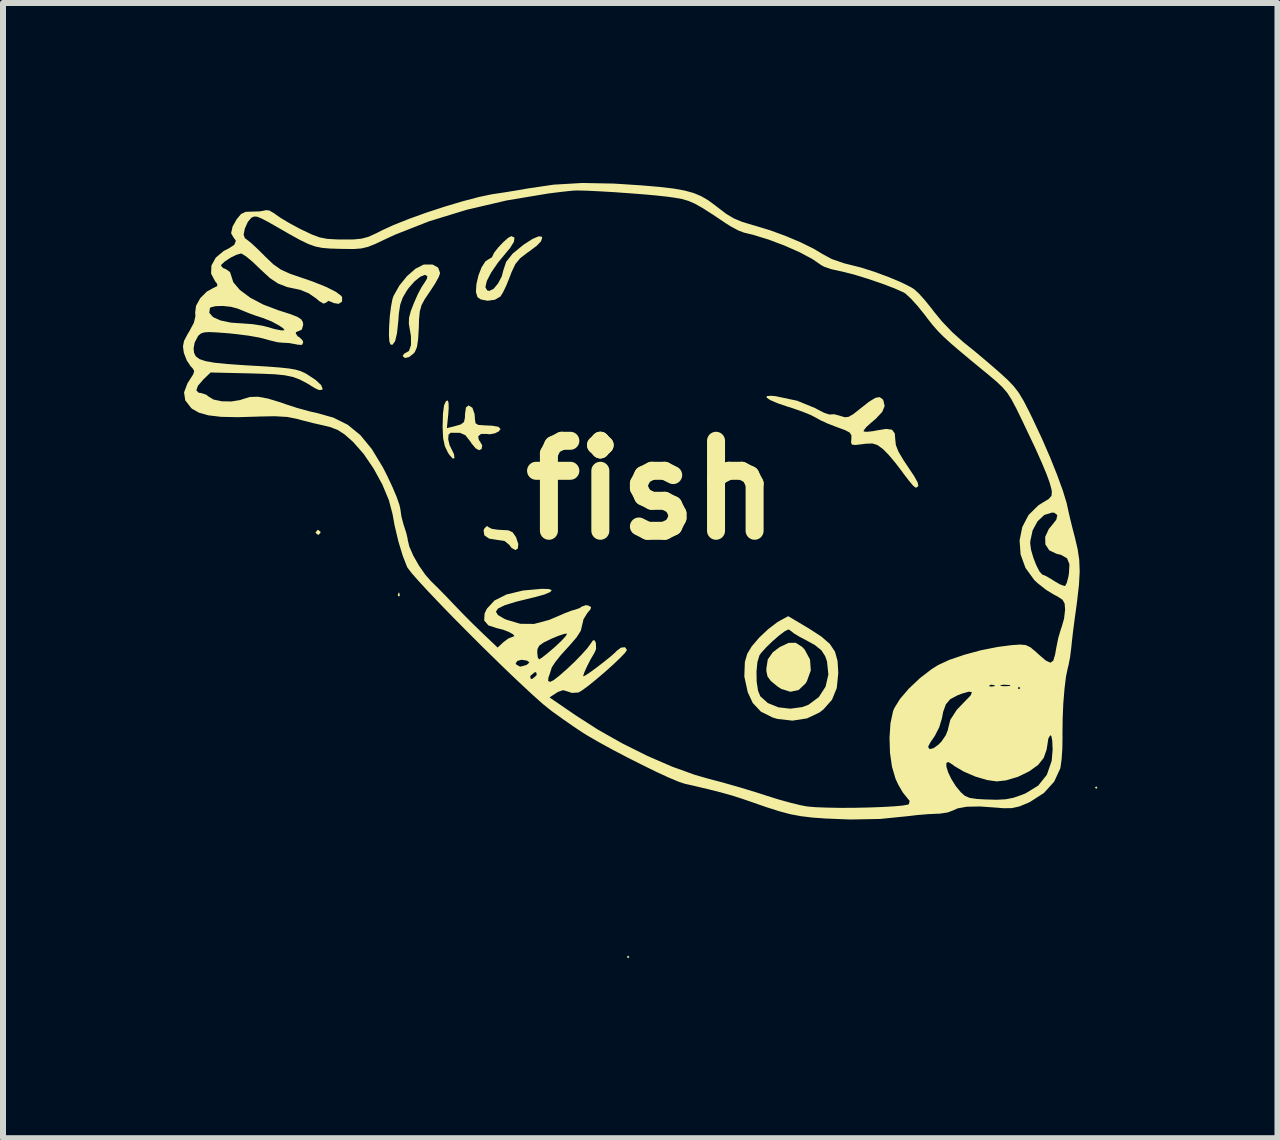
<source format=kicad_pcb>
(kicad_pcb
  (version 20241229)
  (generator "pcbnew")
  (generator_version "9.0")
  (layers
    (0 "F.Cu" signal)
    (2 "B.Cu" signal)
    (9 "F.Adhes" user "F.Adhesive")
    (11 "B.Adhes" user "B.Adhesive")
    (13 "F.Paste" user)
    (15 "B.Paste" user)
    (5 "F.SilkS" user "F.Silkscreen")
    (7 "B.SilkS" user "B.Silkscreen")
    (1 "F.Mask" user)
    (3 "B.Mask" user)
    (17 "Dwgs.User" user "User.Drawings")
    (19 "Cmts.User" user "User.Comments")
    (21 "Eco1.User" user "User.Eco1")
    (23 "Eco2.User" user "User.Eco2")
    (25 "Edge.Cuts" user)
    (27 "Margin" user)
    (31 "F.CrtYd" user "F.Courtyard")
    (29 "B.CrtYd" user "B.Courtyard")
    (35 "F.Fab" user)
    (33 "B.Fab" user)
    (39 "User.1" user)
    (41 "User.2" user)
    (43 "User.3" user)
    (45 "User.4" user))
  (footprint "fish"
    (layer "F.Cu")
    (at 7.814 5.119)
    (property "Reference" "fish" (at 0 0 0) (layer "F.SilkS") (effects (font (size 1.5 1.5) (thickness 0.3))))
    (attr board_only exclude_from_pos_files exclude_from_bom)
    (fp_poly (pts (xy -0.374 7.782) (xy -0.394 7.803) (xy -0.415 7.782) (xy -0.394 7.761)) (stroke (width 0) (type solid)) (fill yes) (layer "F.SilkS"))
    (fp_poly (pts (xy 7.429 4.96) (xy 7.408 4.98) (xy 7.388 4.96) (xy 7.408 4.939)) (stroke (width 0) (type solid)) (fill yes) (layer "F.SilkS"))
    (fp_poly (pts (xy -4.206 1.715) (xy -4.201 1.765) (xy -4.206 1.771) (xy -4.23 1.765) (xy -4.233 1.743) (xy -4.218 1.709)) (stroke (width 0) (type solid)) (fill yes) (layer "F.SilkS"))
    (fp_poly (pts (xy -5.521 0.696) (xy -5.52 0.706) (xy -5.552 0.746) (xy -5.561 0.747) (xy -5.602 0.715) (xy -5.603 0.706) (xy -5.571 0.665) (xy -5.561 0.664)) (stroke (width 0) (type solid)) (fill yes) (layer "F.SilkS"))
    (fp_poly (pts (xy 2.507 2.614) (xy 2.549 2.659) (xy 2.638 2.825) (xy 2.651 3.006) (xy 2.585 3.189) (xy 2.563 3.224) (xy 2.449 3.332) (xy 2.311 3.362) (xy 2.159 3.315) (xy 2.091 3.27) (xy 1.984 3.181) (xy 1.93 3.108) (xy 1.911 3.023) (xy 1.91 2.975) (xy 1.934 2.823) (xy 2.018 2.703) (xy 2.131 2.618) (xy 2.28 2.547) (xy 2.399 2.545)) (stroke (width 0) (type solid)) (fill yes) (layer "F.SilkS"))
    (fp_poly (pts (xy -2.722 0.617) (xy -2.666 0.646) (xy -2.559 0.662) (xy -2.51 0.664) (xy -2.389 0.671) (xy -2.319 0.704) (xy -2.267 0.778) (xy -2.261 0.79) (xy -2.224 0.9) (xy -2.233 0.975) (xy -2.275 1) (xy -2.338 0.963) (xy -2.375 0.913) (xy -2.454 0.848) (xy -2.578 0.83) (xy -2.712 0.809) (xy -2.791 0.753) (xy -2.803 0.672) (xy -2.79 0.64) (xy -2.747 0.598)) (stroke (width 0) (type solid)) (fill yes) (layer "F.SilkS"))
    (fp_poly (pts (xy -2.288 -4.208) (xy -2.298 -4.137) (xy -2.365 -4.03) (xy -2.408 -3.98) (xy -2.564 -3.791) (xy -2.679 -3.623) (xy -2.75 -3.484) (xy -2.773 -3.382) (xy -2.743 -3.328) (xy -2.707 -3.32) (xy -2.635 -3.356) (xy -2.561 -3.446) (xy -2.5 -3.563) (xy -2.472 -3.67) (xy -2.427 -3.805) (xy -2.318 -3.942) (xy -2.137 -4.09) (xy -2.133 -4.093) (xy -1.988 -4.186) (xy -1.885 -4.23) (xy -1.832 -4.223) (xy -1.827 -4.202) (xy -1.847 -4.145) (xy -1.914 -4.075) (xy -2.04 -3.98) (xy -2.079 -3.953) (xy -2.195 -3.863) (xy -2.274 -3.766) (xy -2.338 -3.63) (xy -2.364 -3.561) (xy -2.422 -3.415) (xy -2.481 -3.292) (xy -2.522 -3.227) (xy -2.614 -3.173) (xy -2.737 -3.156) (xy -2.851 -3.178) (xy -2.905 -3.216) (xy -2.931 -3.302) (xy -2.923 -3.432) (xy -2.889 -3.578) (xy -2.836 -3.714) (xy -2.773 -3.812) (xy -2.729 -3.842) (xy -2.668 -3.877) (xy -2.656 -3.897) (xy -2.628 -3.956) (xy -2.56 -4.043) (xy -2.474 -4.134) (xy -2.393 -4.205) (xy -2.34 -4.233)) (stroke (width 0) (type solid)) (fill yes) (layer "F.SilkS"))
    (fp_poly (pts (xy -3.387 -1.457) (xy -3.385 -1.361) (xy -3.392 -1.264) (xy -3.415 -1.033) (xy -3.295 -1.062) (xy -3.183 -1.094) (xy -3.13 -1.134) (xy -3.114 -1.208) (xy -3.113 -1.268) (xy -3.097 -1.377) (xy -3.055 -1.411) (xy -2.99 -1.373) (xy -2.953 -1.267) (xy -2.947 -1.179) (xy -2.937 -1.114) (xy -2.892 -1.086) (xy -2.788 -1.079) (xy -2.784 -1.079) (xy -2.661 -1.073) (xy -2.565 -1.057) (xy -2.554 -1.053) (xy -2.521 -1.019) (xy -2.548 -0.979) (xy -2.614 -0.946) (xy -2.699 -0.93) (xy -2.754 -0.936) (xy -2.845 -0.936) (xy -2.893 -0.896) (xy -2.882 -0.834) (xy -2.868 -0.818) (xy -2.826 -0.745) (xy -2.836 -0.684) (xy -2.88 -0.664) (xy -2.937 -0.697) (xy -3.005 -0.779) (xy -3.024 -0.809) (xy -3.107 -0.915) (xy -3.196 -0.954) (xy -3.215 -0.955) (xy -3.307 -0.955) (xy -3.351 -0.956) (xy -3.387 -0.925) (xy -3.393 -0.847) (xy -3.37 -0.749) (xy -3.34 -0.689) (xy -3.296 -0.597) (xy -3.289 -0.53) (xy -3.319 -0.526) (xy -3.373 -0.587) (xy -3.397 -0.623) (xy -3.449 -0.732) (xy -3.477 -0.861) (xy -3.486 -1.039) (xy -3.486 -1.065) (xy -3.48 -1.277) (xy -3.462 -1.414) (xy -3.43 -1.483) (xy -3.402 -1.494)) (stroke (width 0) (type solid)) (fill yes) (layer "F.SilkS"))
    (fp_poly (pts (xy 2.621 2.308) (xy 2.828 2.442) (xy 2.968 2.564) (xy 3.054 2.693) (xy 3.097 2.847) (xy 3.109 3.044) (xy 3.109 3.05) (xy 3.084 3.3) (xy 3.004 3.496) (xy 2.861 3.657) (xy 2.794 3.708) (xy 2.587 3.806) (xy 2.346 3.843) (xy 2.096 3.815) (xy 2.015 3.791) (xy 1.819 3.693) (xy 1.683 3.548) (xy 1.6 3.37) (xy 1.543 3.108) (xy 1.546 3.025) (xy 1.746 3.025) (xy 1.749 3.195) (xy 1.772 3.345) (xy 1.809 3.437) (xy 1.935 3.55) (xy 2.11 3.621) (xy 2.31 3.644) (xy 2.51 3.617) (xy 2.613 3.578) (xy 2.784 3.451) (xy 2.897 3.277) (xy 2.944 3.073) (xy 2.921 2.855) (xy 2.891 2.769) (xy 2.828 2.671) (xy 2.717 2.582) (xy 2.59 2.512) (xy 2.463 2.445) (xy 2.369 2.388) (xy 2.331 2.357) (xy 2.284 2.325) (xy 2.275 2.324) (xy 2.219 2.352) (xy 2.125 2.422) (xy 2.016 2.517) (xy 1.91 2.619) (xy 1.827 2.71) (xy 1.796 2.753) (xy 1.761 2.867) (xy 1.746 3.025) (xy 1.546 3.025) (xy 1.552 2.864) (xy 1.592 2.728) (xy 1.668 2.603) (xy 1.792 2.458) (xy 1.941 2.318) (xy 2.09 2.204) (xy 2.141 2.174) (xy 2.275 2.102)) (stroke (width 0) (type solid)) (fill yes) (layer "F.SilkS"))
    (fp_poly (pts (xy -3.561 -3.709) (xy -3.528 -3.618) (xy -3.55 -3.553) (xy -3.61 -3.444) (xy -3.694 -3.315) (xy -3.701 -3.305) (xy -3.786 -3.179) (xy -3.838 -3.081) (xy -3.866 -2.98) (xy -3.879 -2.849) (xy -3.883 -2.71) (xy -3.894 -2.516) (xy -3.913 -2.387) (xy -3.947 -2.305) (xy -3.966 -2.28) (xy -4.043 -2.219) (xy -4.113 -2.201) (xy -4.149 -2.23) (xy -4.15 -2.241) (xy -4.12 -2.281) (xy -4.11 -2.283) (xy -4.047 -2.319) (xy -4.013 -2.418) (xy -4.014 -2.564) (xy -4.028 -2.649) (xy -4.049 -2.77) (xy -4.046 -2.871) (xy -4.016 -2.985) (xy -3.966 -3.115) (xy -3.902 -3.26) (xy -3.838 -3.382) (xy -3.793 -3.449) (xy -3.747 -3.523) (xy -3.741 -3.566) (xy -3.782 -3.588) (xy -3.858 -3.556) (xy -3.952 -3.481) (xy -4.048 -3.373) (xy -4.083 -3.324) (xy -4.151 -3.208) (xy -4.193 -3.091) (xy -4.216 -2.94) (xy -4.224 -2.827) (xy -4.246 -2.617) (xy -4.278 -2.481) (xy -4.322 -2.422) (xy -4.355 -2.426) (xy -4.374 -2.479) (xy -4.381 -2.591) (xy -4.377 -2.74) (xy -4.366 -2.904) (xy -4.346 -3.06) (xy -4.322 -3.186) (xy -4.304 -3.237) (xy -4.207 -3.409) (xy -4.08 -3.566) (xy -3.941 -3.688) (xy -3.811 -3.755) (xy -3.793 -3.76) (xy -3.655 -3.76)) (stroke (width 0) (type solid)) (fill yes) (layer "F.SilkS"))
    (fp_poly (pts (xy 2.065 -1.565) (xy 2.424 -1.489) (xy 2.725 -1.366) (xy 2.764 -1.344) (xy 2.874 -1.288) (xy 2.957 -1.26) (xy 2.981 -1.261) (xy 3.042 -1.264) (xy 3.139 -1.238) (xy 3.144 -1.236) (xy 3.218 -1.214) (xy 3.282 -1.221) (xy 3.359 -1.266) (xy 3.472 -1.355) (xy 3.623 -1.474) (xy 3.727 -1.537) (xy 3.797 -1.55) (xy 3.846 -1.517) (xy 3.861 -1.493) (xy 3.882 -1.401) (xy 3.842 -1.304) (xy 3.735 -1.189) (xy 3.664 -1.129) (xy 3.578 -1.052) (xy 3.533 -0.994) (xy 3.533 -0.977) (xy 3.585 -0.971) (xy 3.688 -0.982) (xy 3.748 -0.994) (xy 3.908 -1.02) (xy 4.005 -1.006) (xy 4.051 -0.945) (xy 4.059 -0.844) (xy 4.069 -0.75) (xy 4.113 -0.639) (xy 4.198 -0.496) (xy 4.265 -0.396) (xy 4.373 -0.234) (xy 4.432 -0.128) (xy 4.444 -0.067) (xy 4.414 -0.043) (xy 4.395 -0.042) (xy 4.357 -0.073) (xy 4.286 -0.157) (xy 4.195 -0.276) (xy 4.171 -0.31) (xy 4.06 -0.455) (xy 3.948 -0.588) (xy 3.857 -0.681) (xy 3.851 -0.686) (xy 3.761 -0.751) (xy 3.677 -0.777) (xy 3.561 -0.772) (xy 3.518 -0.766) (xy 3.397 -0.752) (xy 3.338 -0.757) (xy 3.322 -0.792) (xy 3.327 -0.85) (xy 3.328 -0.913) (xy 3.3 -0.958) (xy 3.226 -0.998) (xy 3.092 -1.047) (xy 2.941 -1.105) (xy 2.808 -1.166) (xy 2.739 -1.205) (xy 2.653 -1.25) (xy 2.512 -1.307) (xy 2.341 -1.367) (xy 2.272 -1.388) (xy 2.096 -1.448) (xy 1.975 -1.5) (xy 1.914 -1.542) (xy 1.918 -1.567) (xy 1.992 -1.572)) (stroke (width 0) (type solid)) (fill yes) (layer "F.SilkS"))
    (fp_poly (pts (xy -0.636 -5.109) (xy -0.519 -5.102) (xy -0.158 -5.078) (xy 0.133 -5.053) (xy 0.364 -5.026) (xy 0.548 -4.993) (xy 0.697 -4.952) (xy 0.824 -4.899) (xy 0.939 -4.832) (xy 1.055 -4.747) (xy 1.1 -4.712) (xy 1.242 -4.604) (xy 1.367 -4.529) (xy 1.506 -4.471) (xy 1.691 -4.415) (xy 1.735 -4.403) (xy 1.978 -4.329) (xy 2.236 -4.234) (xy 2.484 -4.129) (xy 2.697 -4.024) (xy 2.844 -3.936) (xy 3.001 -3.851) (xy 3.203 -3.781) (xy 3.295 -3.758) (xy 3.494 -3.708) (xy 3.719 -3.636) (xy 3.948 -3.551) (xy 4.156 -3.464) (xy 4.318 -3.383) (xy 4.372 -3.35) (xy 4.451 -3.278) (xy 4.557 -3.16) (xy 4.671 -3.018) (xy 4.698 -2.981) (xy 4.837 -2.812) (xy 5.009 -2.632) (xy 5.182 -2.477) (xy 5.203 -2.459) (xy 5.378 -2.318) (xy 5.577 -2.151) (xy 5.764 -1.99) (xy 5.804 -1.954) (xy 5.935 -1.835) (xy 6.034 -1.731) (xy 6.117 -1.623) (xy 6.197 -1.49) (xy 6.289 -1.312) (xy 6.351 -1.184) (xy 6.503 -0.86) (xy 6.641 -0.543) (xy 6.759 -0.248) (xy 6.853 0.011) (xy 6.916 0.217) (xy 6.932 0.291) (xy 6.962 0.426) (xy 7.005 0.604) (xy 7.052 0.785) (xy 7.053 0.789) (xy 7.099 0.984) (xy 7.126 1.166) (xy 7.133 1.357) (xy 7.121 1.578) (xy 7.09 1.85) (xy 7.074 1.971) (xy 7.045 2.182) (xy 7.019 2.385) (xy 7 2.554) (xy 6.992 2.633) (xy 6.973 2.785) (xy 6.946 2.924) (xy 6.935 2.965) (xy 6.905 3.107) (xy 6.88 3.311) (xy 6.86 3.554) (xy 6.849 3.816) (xy 6.846 4.074) (xy 6.847 4.115) (xy 6.844 4.305) (xy 6.832 4.485) (xy 6.813 4.622) (xy 6.807 4.645) (xy 6.708 4.86) (xy 6.537 5.049) (xy 6.304 5.199) (xy 6.272 5.214) (xy 6.126 5.274) (xy 6.004 5.301) (xy 5.865 5.303) (xy 5.769 5.295) (xy 5.473 5.274) (xy 5.251 5.278) (xy 5.097 5.306) (xy 5.034 5.335) (xy 4.936 5.373) (xy 4.8 5.394) (xy 4.751 5.395) (xy 4.605 5.402) (xy 4.422 5.417) (xy 4.283 5.434) (xy 3.806 5.482) (xy 3.306 5.491) (xy 2.905 5.475) (xy 2.679 5.459) (xy 2.488 5.436) (xy 2.311 5.403) (xy 2.123 5.353) (xy 1.901 5.282) (xy 1.657 5.197) (xy 1.49 5.14) (xy 1.329 5.089) (xy 1.154 5.04) (xy 0.945 4.987) (xy 0.683 4.925) (xy 0.542 4.893) (xy 0.439 4.858) (xy 0.278 4.79) (xy 0.074 4.696) (xy -0.156 4.583) (xy -0.4 4.46) (xy -0.641 4.334) (xy -0.864 4.212) (xy -1.055 4.102) (xy -1.142 4.049) (xy -1.295 3.947) (xy -1.48 3.819) (xy -1.662 3.688) (xy -1.701 3.658) (xy -1.816 3.565) (xy -1.972 3.426) (xy -2.161 3.251) (xy -2.31 3.11) (xy -2.026 3.11) (xy -2.015 3.149) (xy -1.99 3.146) (xy -1.927 3.094) (xy -1.917 3.074) (xy -1.928 3.035) (xy -1.953 3.038) (xy -2.016 3.09) (xy -2.026 3.11) (xy -2.31 3.11) (xy -2.375 3.048) (xy -2.54 2.889) (xy -2.268 2.889) (xy -2.262 2.905) (xy -2.195 2.944) (xy -2.096 2.918) (xy -2.076 2.907) (xy -2.039 2.872) (xy -2.078 2.844) (xy -2.087 2.841) (xy -2.171 2.829) (xy -2.241 2.848) (xy -2.268 2.889) (xy -2.54 2.889) (xy -2.606 2.824) (xy -2.729 2.704) (xy -1.909 2.704) (xy -1.9 2.788) (xy -1.878 2.822) (xy -1.834 2.796) (xy -1.747 2.728) (xy -1.634 2.632) (xy -1.619 2.619) (xy -1.511 2.518) (xy -1.438 2.439) (xy -1.411 2.395) (xy -1.412 2.393) (xy -1.458 2.397) (xy -1.557 2.43) (xy -1.672 2.478) (xy -1.804 2.542) (xy -1.876 2.594) (xy -1.905 2.651) (xy -1.909 2.704) (xy -2.729 2.704) (xy -2.846 2.589) (xy -3.086 2.349) (xy -3.318 2.115) (xy -3.533 1.893) (xy -3.724 1.692) (xy -3.882 1.521) (xy -4 1.387) (xy -4.067 1.3) (xy -4.078 1.282) (xy -4.152 1.092) (xy -4.225 0.85) (xy -4.287 0.587) (xy -4.321 0.4) (xy -4.382 0.168) (xy -4.491 -0.093) (xy -4.636 -0.358) (xy -4.802 -0.602) (xy -4.975 -0.799) (xy -4.98 -0.804) (xy -5.119 -0.927) (xy -5.236 -1.003) (xy -5.363 -1.051) (xy -5.458 -1.074) (xy -5.638 -1.115) (xy -5.824 -1.162) (xy -5.914 -1.187) (xy -6.077 -1.219) (xy -6.284 -1.231) (xy -6.553 -1.226) (xy -6.558 -1.225) (xy -6.905 -1.215) (xy -7.179 -1.221) (xy -7.391 -1.246) (xy -7.548 -1.29) (xy -7.661 -1.354) (xy -7.68 -1.371) (xy -7.776 -1.496) (xy -7.796 -1.628) (xy -7.74 -1.778) (xy -7.703 -1.836) (xy -7.643 -1.93) (xy -7.627 -1.985) (xy -7.654 -2.031) (xy -7.686 -2.064) (xy -7.751 -2.161) (xy -7.799 -2.286) (xy -7.801 -2.296) (xy -7.81 -2.362) (xy -7.637 -2.362) (xy -7.629 -2.287) (xy -7.599 -2.228) (xy -7.538 -2.183) (xy -7.436 -2.149) (xy -7.283 -2.122) (xy -7.069 -2.101) (xy -6.785 -2.081) (xy -6.682 -2.075) (xy -6.407 -2.059) (xy -6.201 -2.043) (xy -6.049 -2.027) (xy -5.939 -2.008) (xy -5.856 -1.984) (xy -5.786 -1.953) (xy -5.747 -1.931) (xy -5.6 -1.834) (xy -5.511 -1.75) (xy -5.486 -1.687) (xy -5.495 -1.671) (xy -5.548 -1.668) (xy -5.608 -1.695) (xy -5.749 -1.781) (xy -5.868 -1.843) (xy -5.984 -1.886) (xy -6.114 -1.913) (xy -6.277 -1.93) (xy -6.491 -1.939) (xy -6.696 -1.945) (xy -7.353 -1.96) (xy -7.474 -1.844) (xy -7.565 -1.738) (xy -7.591 -1.662) (xy -7.552 -1.622) (xy -7.517 -1.619) (xy -7.426 -1.59) (xy -7.392 -1.562) (xy -7.305 -1.509) (xy -7.167 -1.48) (xy -7.008 -1.477) (xy -6.86 -1.501) (xy -6.818 -1.516) (xy -6.697 -1.552) (xy -6.563 -1.556) (xy -6.399 -1.526) (xy -6.185 -1.461) (xy -6.101 -1.431) (xy -5.914 -1.37) (xy -5.711 -1.314) (xy -5.582 -1.285) (xy -5.305 -1.207) (xy -5.067 -1.088) (xy -4.858 -0.917) (xy -4.667 -0.685) (xy -4.484 -0.383) (xy -4.41 -0.238) (xy -4.323 -0.053) (xy -4.252 0.115) (xy -4.206 0.247) (xy -4.19 0.319) (xy -4.174 0.435) (xy -4.138 0.573) (xy -4.128 0.602) (xy -4.09 0.721) (xy -4.069 0.813) (xy -4.068 0.83) (xy -4.041 0.942) (xy -3.975 1.093) (xy -3.882 1.256) (xy -3.776 1.409) (xy -3.682 1.516) (xy -3.56 1.636) (xy -3.416 1.783) (xy -3.295 1.91) (xy -3.156 2.055) (xy -2.99 2.222) (xy -2.832 2.375) (xy -2.826 2.381) (xy -2.569 2.625) (xy -2.475 2.537) (xy -2.39 2.473) (xy -2.322 2.447) (xy -2.288 2.434) (xy -2.315 2.402) (xy -2.386 2.363) (xy -2.482 2.326) (xy -2.578 2.303) (xy -2.724 2.255) (xy -2.793 2.174) (xy -2.787 2.059) (xy -2.75 1.98) (xy -2.622 1.841) (xy -2.421 1.74) (xy -2.146 1.674) (xy -1.837 1.646) (xy -1.714 1.649) (xy -1.667 1.668) (xy -1.693 1.7) (xy -1.787 1.74) (xy -1.945 1.784) (xy -2.005 1.798) (xy -2.269 1.863) (xy -2.454 1.921) (xy -2.563 1.975) (xy -2.598 2.028) (xy -2.563 2.083) (xy -2.462 2.143) (xy -2.424 2.16) (xy -2.192 2.229) (xy -1.961 2.231) (xy -1.711 2.164) (xy -1.598 2.117) (xy -1.456 2.055) (xy -1.341 2.011) (xy -1.275 1.992) (xy -1.273 1.992) (xy -1.198 1.965) (xy -1.173 1.945) (xy -1.099 1.918) (xy -1.055 1.925) (xy -1.011 1.951) (xy -1.022 1.989) (xy -1.073 2.048) (xy -1.138 2.154) (xy -1.162 2.258) (xy -1.183 2.345) (xy -1.253 2.455) (xy -1.379 2.601) (xy -1.405 2.629) (xy -1.52 2.756) (xy -1.611 2.871) (xy -1.664 2.952) (xy -1.67 2.967) (xy -1.704 3.076) (xy -1.722 3.123) (xy -1.727 3.184) (xy -1.691 3.196) (xy -1.635 3.168) (xy -1.539 3.093) (xy -1.419 2.988) (xy -1.291 2.867) (xy -1.171 2.744) (xy -1.074 2.636) (xy -1.028 2.573) (xy -0.98 2.505) (xy -0.952 2.504) (xy -0.931 2.548) (xy -0.928 2.65) (xy -0.956 2.714) (xy -1.018 2.819) (xy -1.077 2.935) (xy -1.123 3.036) (xy -1.143 3.097) (xy -1.142 3.105) (xy -1.105 3.089) (xy -1.023 3.034) (xy -0.914 2.954) (xy -0.796 2.863) (xy -0.688 2.776) (xy -0.608 2.705) (xy -0.583 2.679) (xy -0.513 2.626) (xy -0.447 2.619) (xy -0.415 2.661) (xy -0.415 2.667) (xy -0.445 2.713) (xy -0.526 2.797) (xy -0.641 2.907) (xy -0.777 3.029) (xy -0.919 3.15) (xy -1.05 3.257) (xy -1.157 3.336) (xy -1.221 3.374) (xy -1.332 3.381) (xy -1.394 3.36) (xy -1.477 3.335) (xy -1.562 3.364) (xy -1.594 3.384) (xy -1.704 3.456) (xy -1.268 3.755) (xy -0.894 3.995) (xy -0.488 4.224) (xy -0.071 4.432) (xy 0.337 4.609) (xy 0.717 4.746) (xy 0.935 4.809) (xy 1.189 4.876) (xy 1.473 4.957) (xy 1.743 5.039) (xy 1.888 5.086) (xy 2.1 5.153) (xy 2.312 5.212) (xy 2.495 5.256) (xy 2.594 5.274) (xy 2.733 5.286) (xy 2.921 5.293) (xy 3.14 5.297) (xy 3.377 5.296) (xy 3.614 5.291) (xy 3.838 5.283) (xy 4.032 5.272) (xy 4.181 5.259) (xy 4.27 5.243) (xy 4.285 5.236) (xy 4.299 5.182) (xy 4.246 5.117) (xy 4.183 5.038) (xy 4.111 4.914) (xy 4.064 4.814) (xy 4.006 4.618) (xy 4.004 4.61) (xy 4.911 4.61) (xy 4.94 4.704) (xy 4.994 4.816) (xy 5.068 4.935) (xy 5.151 5.036) (xy 5.217 5.095) (xy 5.296 5.13) (xy 5.414 5.148) (xy 5.541 5.156) (xy 5.746 5.162) (xy 5.9 5.154) (xy 6.032 5.128) (xy 6.172 5.079) (xy 6.235 5.053) (xy 6.442 4.926) (xy 6.586 4.745) (xy 6.666 4.514) (xy 6.682 4.328) (xy 6.676 4.179) (xy 6.66 4.098) (xy 6.641 4.088) (xy 6.609 4.145) (xy 6.599 4.219) (xy 6.581 4.329) (xy 6.537 4.454) (xy 6.532 4.466) (xy 6.44 4.582) (xy 6.289 4.69) (xy 6.103 4.78) (xy 5.905 4.839) (xy 5.75 4.856) (xy 5.588 4.833) (xy 5.393 4.775) (xy 5.2 4.692) (xy 5.044 4.6) (xy 5.014 4.576) (xy 4.944 4.533) (xy 4.911 4.548) (xy 4.911 4.61) (xy 4.004 4.61) (xy 3.971 4.38) (xy 3.968 4.283) (xy 4.607 4.283) (xy 4.632 4.318) (xy 4.697 4.302) (xy 4.78 4.242) (xy 4.831 4.189) (xy 4.901 4.086) (xy 4.937 3.995) (xy 4.939 3.979) (xy 4.976 3.83) (xy 5.084 3.663) (xy 5.227 3.514) (xy 5.317 3.421) (xy 5.336 3.369) (xy 5.286 3.36) (xy 5.167 3.394) (xy 5.091 3.424) (xy 4.975 3.486) (xy 4.903 3.57) (xy 4.857 3.698) (xy 4.837 3.804) (xy 4.792 3.954) (xy 4.719 4.096) (xy 4.708 4.113) (xy 4.644 4.206) (xy 4.609 4.273) (xy 4.607 4.283) (xy 3.968 4.283) (xy 3.963 4.126) (xy 3.979 3.886) (xy 4.022 3.687) (xy 4.042 3.636) (xy 4.139 3.48) (xy 4.288 3.306) (xy 4.296 3.3) (xy 6.101 3.3) (xy 6.122 3.32) (xy 6.142 3.3) (xy 6.122 3.279) (xy 6.101 3.3) (xy 4.296 3.3) (xy 4.328 3.269) (xy 5.621 3.269) (xy 5.662 3.275) (xy 5.716 3.268) (xy 5.716 3.262) (xy 5.808 3.262) (xy 5.865 3.269) (xy 5.893 3.269) (xy 5.969 3.265) (xy 5.978 3.254) (xy 5.966 3.25) (xy 5.861 3.244) (xy 5.821 3.25) (xy 5.808 3.262) (xy 5.716 3.262) (xy 5.716 3.254) (xy 5.661 3.244) (xy 5.637 3.25) (xy 5.621 3.269) (xy 4.328 3.269) (xy 4.471 3.134) (xy 4.666 2.984) (xy 4.773 2.917) (xy 4.963 2.829) (xy 5.211 2.745) (xy 5.488 2.67) (xy 5.77 2.614) (xy 6.003 2.584) (xy 6.143 2.575) (xy 6.236 2.584) (xy 6.314 2.622) (xy 6.409 2.702) (xy 6.452 2.742) (xy 6.568 2.841) (xy 6.644 2.877) (xy 6.692 2.845) (xy 6.724 2.738) (xy 6.745 2.618) (xy 6.776 2.465) (xy 6.819 2.319) (xy 6.831 2.288) (xy 6.872 2.145) (xy 6.89 1.995) (xy 6.89 1.991) (xy 6.882 1.891) (xy 6.847 1.828) (xy 6.763 1.773) (xy 6.712 1.748) (xy 6.575 1.664) (xy 6.431 1.551) (xy 6.375 1.498) (xy 6.229 1.297) (xy 6.148 1.073) (xy 6.135 0.891) (xy 6.308 0.891) (xy 6.323 0.998) (xy 6.361 1.128) (xy 6.411 1.256) (xy 6.464 1.358) (xy 6.51 1.409) (xy 6.519 1.411) (xy 6.572 1.433) (xy 6.664 1.487) (xy 6.706 1.514) (xy 6.805 1.572) (xy 6.877 1.598) (xy 6.892 1.596) (xy 6.918 1.546) (xy 6.945 1.443) (xy 6.954 1.389) (xy 6.962 1.234) (xy 6.922 1.137) (xy 6.823 1.08) (xy 6.747 1.062) (xy 6.626 1.005) (xy 6.561 0.905) (xy 6.558 0.779) (xy 6.619 0.648) (xy 6.661 0.598) (xy 6.743 0.494) (xy 6.76 0.418) (xy 6.711 0.378) (xy 6.672 0.375) (xy 6.543 0.415) (xy 6.431 0.52) (xy 6.349 0.671) (xy 6.31 0.849) (xy 6.308 0.891) (xy 6.135 0.891) (xy 6.131 0.84) (xy 6.176 0.616) (xy 6.281 0.415) (xy 6.445 0.254) (xy 6.51 0.213) (xy 6.616 0.149) (xy 6.663 0.096) (xy 6.669 0.029) (xy 6.662 -0.015) (xy 6.633 -0.122) (xy 6.58 -0.268) (xy 6.499 -0.462) (xy 6.387 -0.712) (xy 6.239 -1.023) (xy 6.178 -1.152) (xy 6.078 -1.357) (xy 5.999 -1.506) (xy 5.927 -1.619) (xy 5.846 -1.714) (xy 5.744 -1.811) (xy 5.604 -1.929) (xy 5.55 -1.973) (xy 5.307 -2.173) (xy 5.118 -2.331) (xy 4.972 -2.457) (xy 4.859 -2.561) (xy 4.767 -2.654) (xy 4.686 -2.746) (xy 4.606 -2.847) (xy 4.548 -2.924) (xy 4.431 -3.069) (xy 4.319 -3.192) (xy 4.229 -3.275) (xy 4.2 -3.294) (xy 4.042 -3.364) (xy 3.833 -3.443) (xy 3.601 -3.522) (xy 3.377 -3.591) (xy 3.189 -3.639) (xy 3.137 -3.65) (xy 2.993 -3.682) (xy 2.876 -3.722) (xy 2.826 -3.749) (xy 2.674 -3.853) (xy 2.463 -3.965) (xy 2.214 -4.075) (xy 1.949 -4.175) (xy 1.689 -4.255) (xy 1.536 -4.292) (xy 1.444 -4.327) (xy 1.319 -4.394) (xy 1.23 -4.45) (xy 1.015 -4.594) (xy 0.851 -4.699) (xy 0.722 -4.772) (xy 0.611 -4.82) (xy 0.502 -4.852) (xy 0.377 -4.874) (xy 0.261 -4.89) (xy 0.088 -4.909) (xy -0.131 -4.929) (xy -0.376 -4.948) (xy -0.629 -4.966) (xy -0.869 -4.98) (xy -1.076 -4.99) (xy -1.231 -4.994) (xy -1.287 -4.993) (xy -1.377 -4.985) (xy -1.521 -4.969) (xy -1.69 -4.948) (xy -1.722 -4.944) (xy -2.418 -4.828) (xy -3.085 -4.672) (xy -3.709 -4.481) (xy -4.274 -4.259) (xy -4.441 -4.182) (xy -4.607 -4.103) (xy -4.73 -4.054) (xy -4.841 -4.028) (xy -4.967 -4.018) (xy -5.139 -4.02) (xy -5.199 -4.021) (xy -5.363 -4.026) (xy -5.493 -4.037) (xy -5.607 -4.06) (xy -5.723 -4.101) (xy -5.858 -4.166) (xy -6.032 -4.262) (xy -6.225 -4.373) (xy -6.393 -4.469) (xy -6.506 -4.528) (xy -6.578 -4.557) (xy -6.627 -4.56) (xy -6.667 -4.543) (xy -6.675 -4.538) (xy -6.733 -4.47) (xy -6.781 -4.363) (xy -6.783 -4.357) (xy -6.803 -4.256) (xy -6.782 -4.2) (xy -6.748 -4.174) (xy -6.684 -4.124) (xy -6.583 -4.031) (xy -6.466 -3.916) (xy -6.45 -3.899) (xy -6.31 -3.765) (xy -6.182 -3.675) (xy -6.032 -3.607) (xy -5.925 -3.57) (xy -5.646 -3.474) (xy -5.422 -3.384) (xy -5.263 -3.303) (xy -5.174 -3.236) (xy -5.161 -3.214) (xy -5.163 -3.141) (xy -5.219 -3.104) (xy -5.304 -3.118) (xy -5.32 -3.127) (xy -5.39 -3.154) (xy -5.43 -3.124) (xy -5.471 -3.108) (xy -5.544 -3.151) (xy -5.595 -3.195) (xy -5.719 -3.28) (xy -5.857 -3.337) (xy -5.884 -3.343) (xy -6.077 -3.384) (xy -6.227 -3.442) (xy -6.364 -3.533) (xy -6.516 -3.673) (xy -6.537 -3.694) (xy -6.657 -3.808) (xy -6.762 -3.895) (xy -6.834 -3.94) (xy -6.847 -3.943) (xy -6.923 -3.922) (xy -7.022 -3.873) (xy -7.115 -3.812) (xy -7.173 -3.758) (xy -7.18 -3.741) (xy -7.146 -3.701) (xy -7.097 -3.682) (xy -7.03 -3.634) (xy -7.014 -3.587) (xy -6.975 -3.464) (xy -6.865 -3.335) (xy -6.695 -3.208) (xy -6.475 -3.092) (xy -6.218 -2.995) (xy -6.205 -2.991) (xy -6.023 -2.933) (xy -5.906 -2.887) (xy -5.842 -2.845) (xy -5.815 -2.798) (xy -5.81 -2.755) (xy -5.833 -2.675) (xy -5.873 -2.656) (xy -5.928 -2.633) (xy -5.935 -2.613) (xy -5.902 -2.563) (xy -5.873 -2.547) (xy -5.818 -2.492) (xy -5.81 -2.461) (xy -5.83 -2.42) (xy -5.9 -2.423) (xy -5.925 -2.429) (xy -6.048 -2.451) (xy -6.137 -2.455) (xy -6.236 -2.464) (xy -6.369 -2.496) (xy -6.423 -2.512) (xy -6.545 -2.543) (xy -6.722 -2.574) (xy -6.926 -2.6) (xy -7.051 -2.613) (xy -7.248 -2.628) (xy -7.379 -2.634) (xy -7.462 -2.628) (xy -7.515 -2.61) (xy -7.553 -2.578) (xy -7.564 -2.565) (xy -7.619 -2.46) (xy -7.637 -2.362) (xy -7.81 -2.362) (xy -7.814 -2.397) (xy -7.796 -2.488) (xy -7.737 -2.6) (xy -7.711 -2.642) (xy -7.632 -2.789) (xy -7.606 -2.903) (xy -7.611 -2.952) (xy -7.611 -2.955) (xy -7.375 -2.955) (xy -7.314 -2.884) (xy -7.19 -2.828) (xy -7.015 -2.791) (xy -6.824 -2.778) (xy -6.655 -2.766) (xy -6.49 -2.74) (xy -6.412 -2.72) (xy -6.286 -2.684) (xy -6.182 -2.663) (xy -6.163 -2.661) (xy -6.121 -2.666) (xy -6.142 -2.695) (xy -6.205 -2.739) (xy -6.337 -2.811) (xy -6.475 -2.866) (xy -6.597 -2.906) (xy -6.698 -2.942) (xy -6.703 -2.944) (xy -6.804 -2.985) (xy -6.902 -3.025) (xy -7.016 -3.055) (xy -7.149 -3.069) (xy -7.27 -3.066) (xy -7.351 -3.046) (xy -7.365 -3.033) (xy -7.375 -2.955) (xy -7.611 -2.955) (xy -7.597 -3.071) (xy -7.526 -3.199) (xy -7.416 -3.309) (xy -7.313 -3.366) (xy -7.243 -3.4) (xy -7.244 -3.438) (xy -7.278 -3.48) (xy -7.345 -3.607) (xy -7.34 -3.743) (xy -7.267 -3.875) (xy -7.135 -3.986) (xy -7.051 -4.028) (xy -6.959 -4.088) (xy -6.932 -4.156) (xy -6.973 -4.213) (xy -7.012 -4.281) (xy -6.987 -4.393) (xy -6.921 -4.511) (xy -6.847 -4.601) (xy -6.769 -4.638) (xy -6.657 -4.642) (xy -6.538 -4.645) (xy -6.452 -4.66) (xy -6.439 -4.666) (xy -6.377 -4.661) (xy -6.289 -4.611) (xy -6.273 -4.597) (xy -6.18 -4.533) (xy -6.039 -4.449) (xy -5.876 -4.361) (xy -5.832 -4.339) (xy -5.663 -4.259) (xy -5.533 -4.211) (xy -5.406 -4.187) (xy -5.248 -4.178) (xy -5.151 -4.177) (xy -4.968 -4.178) (xy -4.836 -4.191) (xy -4.722 -4.222) (xy -4.594 -4.28) (xy -4.502 -4.327) (xy -4.304 -4.418) (xy -4.048 -4.52) (xy -3.757 -4.625) (xy -3.451 -4.725) (xy -3.152 -4.814) (xy -2.883 -4.885) (xy -2.665 -4.931) (xy -2.635 -4.935) (xy -2.444 -4.964) (xy -2.253 -4.995) (xy -2.103 -5.021) (xy -2.096 -5.023) (xy -1.636 -5.091) (xy -1.158 -5.119)) (stroke (width 0) (type solid)) (fill yes) (layer "F.SilkS")))
  (gr_rect
    (start -3 -3)
    (end 18.244 15.922)
    (stroke (width 0.1) (type default))
    (fill no)
    (layer "Edge.Cuts")))
</source>
